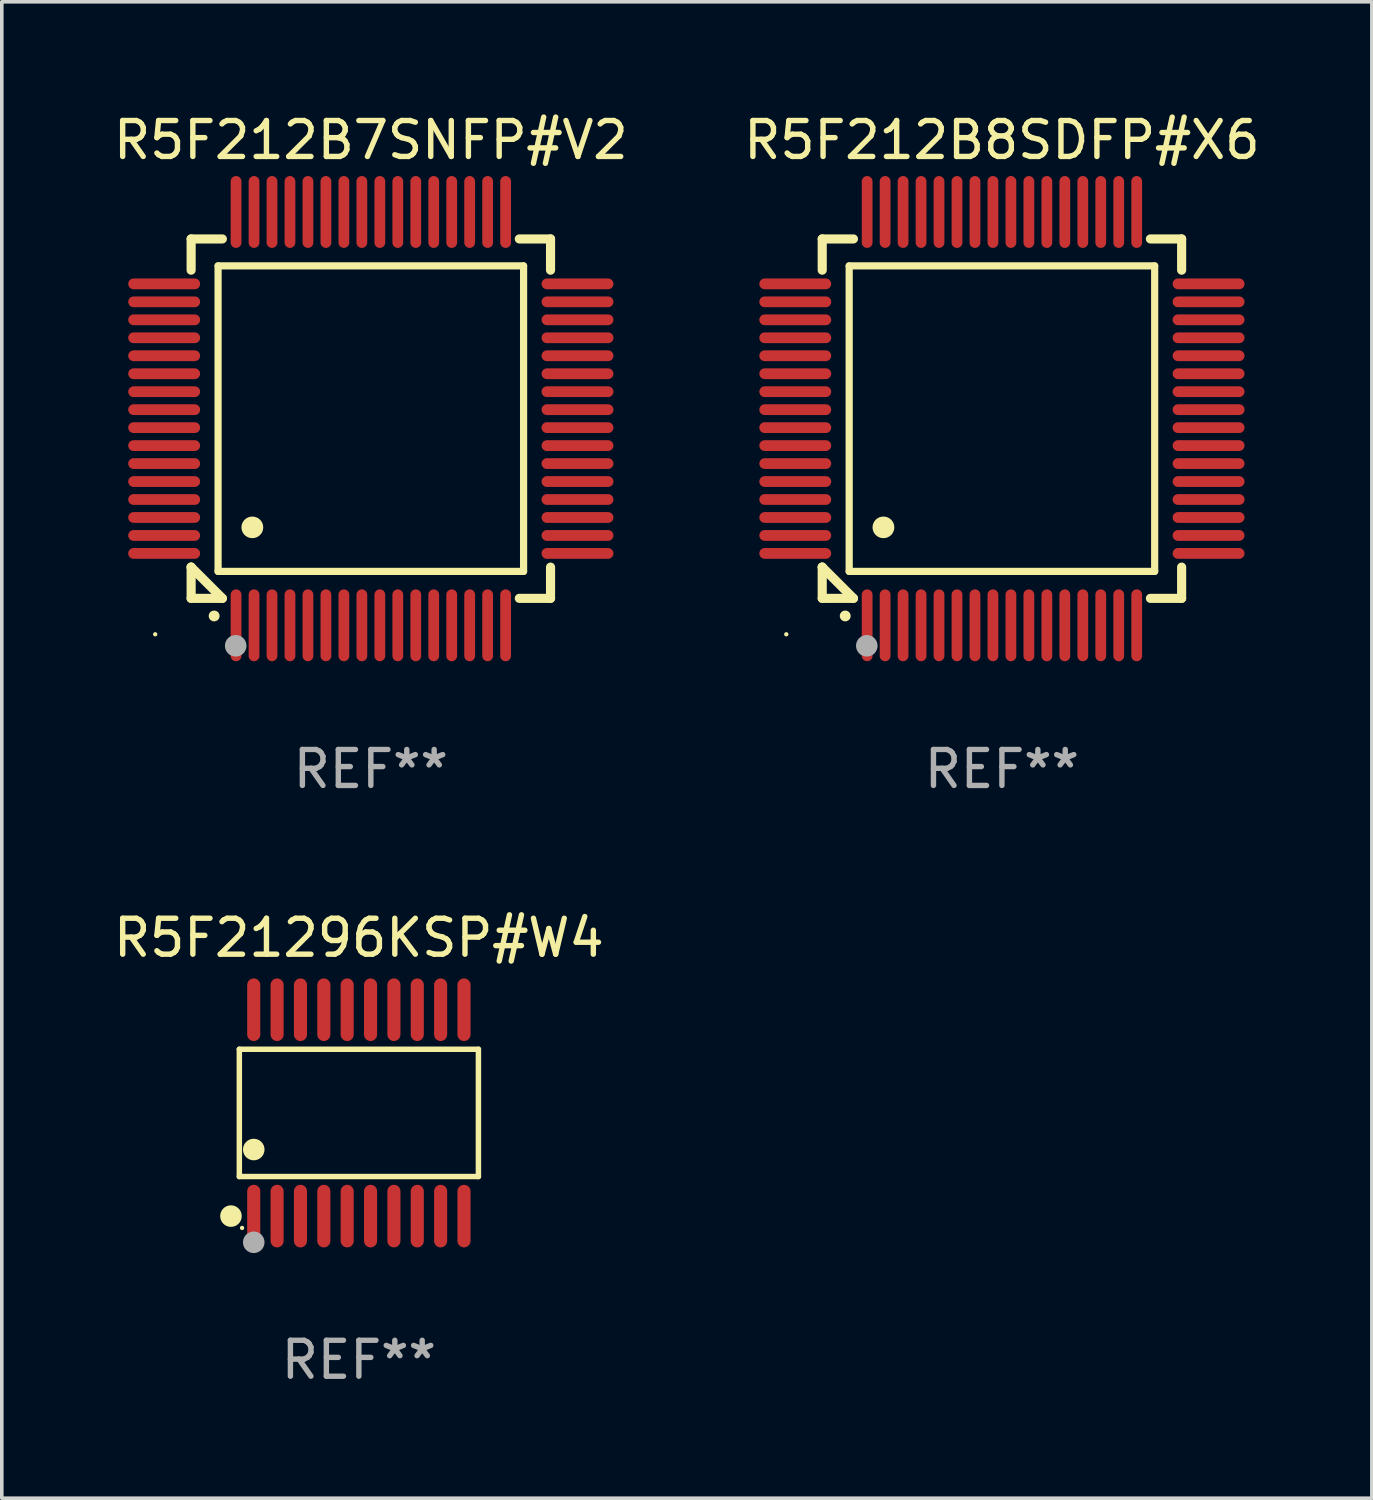
<source format=kicad_pcb>
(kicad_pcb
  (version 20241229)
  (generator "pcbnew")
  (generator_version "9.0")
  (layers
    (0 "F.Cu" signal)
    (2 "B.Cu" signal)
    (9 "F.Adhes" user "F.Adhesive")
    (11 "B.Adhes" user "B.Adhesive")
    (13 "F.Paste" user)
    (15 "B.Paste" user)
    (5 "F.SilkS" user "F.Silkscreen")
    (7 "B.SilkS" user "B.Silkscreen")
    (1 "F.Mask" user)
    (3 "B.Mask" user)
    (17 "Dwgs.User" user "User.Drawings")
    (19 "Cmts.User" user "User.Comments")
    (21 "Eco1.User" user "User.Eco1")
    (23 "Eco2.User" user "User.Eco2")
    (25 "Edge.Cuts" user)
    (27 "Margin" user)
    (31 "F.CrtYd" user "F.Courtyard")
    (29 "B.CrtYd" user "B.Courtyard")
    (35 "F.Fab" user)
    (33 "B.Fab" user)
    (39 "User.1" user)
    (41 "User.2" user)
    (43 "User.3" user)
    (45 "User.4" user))
  (footprint "R5F212B8SDFP#X6"
    (layer "F.Cu")
    (at 24.827 8.598)
    (property "Reference" "R5F212B8SDFP#X6" (at 0 -7.75 0) (layer "F.SilkS") (effects (font (size 1 1) (thickness 0.15))))
    (attr through_hole)
    (fp_line (start -5 -5) (end -4.131 -5) (stroke (width 0.254) (type solid)) (layer "F.SilkS"))
    (fp_line (start -5 -4.131) (end -5 -5) (stroke (width 0.254) (type solid)) (layer "F.SilkS"))
    (fp_line (start -5 4.131) (end -5 4.131) (stroke (width 0.254) (type solid)) (layer "F.SilkS"))
    (fp_line (start -5 5) (end -5 4.131) (stroke (width 0.254) (type solid)) (layer "F.SilkS"))
    (fp_line (start -5 4.131) (end -4.131 5) (stroke (width 0.254) (type solid)) (layer "F.SilkS"))
    (fp_line (start -4.25 -4.25) (end -4.25 4.25) (stroke (width 0.2) (type solid)) (layer "F.SilkS"))
    (fp_line (start -4.25 4.25) (end 4.25 4.25) (stroke (width 0.2) (type solid)) (layer "F.SilkS"))
    (fp_line (start -4.131 5) (end -5 5) (stroke (width 0.254) (type solid)) (layer "F.SilkS"))
    (fp_line (start 4.25 -4.25) (end -4.25 -4.25) (stroke (width 0.2) (type solid)) (layer "F.SilkS"))
    (fp_line (start 4.25 4.25) (end 4.25 -4.25) (stroke (width 0.2) (type solid)) (layer "F.SilkS"))
    (fp_line (start 5 -5) (end 4.131 -5) (stroke (width 0.254) (type solid)) (layer "F.SilkS"))
    (fp_line (start 5 -5) (end 5 -4.131) (stroke (width 0.254) (type solid)) (layer "F.SilkS"))
    (fp_line (start 5 4.131) (end 5 5) (stroke (width 0.254) (type solid)) (layer "F.SilkS"))
    (fp_line (start 5 5) (end 4.131 5) (stroke (width 0.254) (type solid)) (layer "F.SilkS"))
    (fp_arc (start -4.361265 5.489992) (mid -4.359995 5.489987) (end -4.358725 5.489992) (stroke (width 0.3) (type solid)) (layer "F.SilkS"))
    (fp_arc (start -3.299467 3.025146) (mid -3.296927 3.025135) (end -3.294387 3.025146) (stroke (width 0.6) (type solid)) (layer "F.SilkS"))
    (fp_circle (center -6 6) (end -5.97 6) (stroke (width 0.06) (type solid)) (fill no) (layer "F.SilkS"))
    (fp_circle (center -3.76 6.32) (end -3.61 6.32) (stroke (width 0.3) (type solid)) (fill no) (layer "F.Fab"))
    (fp_text user "REF**" (at 0 9.75 0) (layer "F.Fab") (effects (font (size 1 1) (thickness 0.15))))
    (pad "1" smd oval (at -3.75 5.75) (size 0.3 2) (layers "F.Cu" "F.Mask" "F.Paste"))
    (pad "2" smd oval (at -3.25 5.75) (size 0.3 2) (layers "F.Cu" "F.Mask" "F.Paste"))
    (pad "3" smd oval (at -2.75 5.75) (size 0.3 2) (layers "F.Cu" "F.Mask" "F.Paste"))
    (pad "4" smd oval (at -2.25 5.75) (size 0.3 2) (layers "F.Cu" "F.Mask" "F.Paste"))
    (pad "5" smd oval (at -1.75 5.75) (size 0.3 2) (layers "F.Cu" "F.Mask" "F.Paste"))
    (pad "6" smd oval (at -1.25 5.75) (size 0.3 2) (layers "F.Cu" "F.Mask" "F.Paste"))
    (pad "7" smd oval (at -0.75 5.75) (size 0.3 2) (layers "F.Cu" "F.Mask" "F.Paste"))
    (pad "8" smd oval (at -0.25 5.75) (size 0.3 2) (layers "F.Cu" "F.Mask" "F.Paste"))
    (pad "9" smd oval (at 0.25 5.75) (size 0.3 2) (layers "F.Cu" "F.Mask" "F.Paste"))
    (pad "10" smd oval (at 0.75 5.75) (size 0.3 2) (layers "F.Cu" "F.Mask" "F.Paste"))
    (pad "11" smd oval (at 1.25 5.75) (size 0.3 2) (layers "F.Cu" "F.Mask" "F.Paste"))
    (pad "12" smd oval (at 1.75 5.75) (size 0.3 2) (layers "F.Cu" "F.Mask" "F.Paste"))
    (pad "13" smd oval (at 2.25 5.75) (size 0.3 2) (layers "F.Cu" "F.Mask" "F.Paste"))
    (pad "14" smd oval (at 2.75 5.75) (size 0.3 2) (layers "F.Cu" "F.Mask" "F.Paste"))
    (pad "15" smd oval (at 3.25 5.75) (size 0.3 2) (layers "F.Cu" "F.Mask" "F.Paste"))
    (pad "16" smd oval (at 3.75 5.75) (size 0.3 2) (layers "F.Cu" "F.Mask" "F.Paste"))
    (pad "17" smd oval (at 5.75 3.75) (size 2 0.3) (layers "F.Cu" "F.Mask" "F.Paste"))
    (pad "18" smd oval (at 5.75 3.25) (size 2 0.3) (layers "F.Cu" "F.Mask" "F.Paste"))
    (pad "19" smd oval (at 5.75 2.75) (size 2 0.3) (layers "F.Cu" "F.Mask" "F.Paste"))
    (pad "20" smd oval (at 5.75 2.25) (size 2 0.3) (layers "F.Cu" "F.Mask" "F.Paste"))
    (pad "21" smd oval (at 5.75 1.75) (size 2 0.3) (layers "F.Cu" "F.Mask" "F.Paste"))
    (pad "22" smd oval (at 5.75 1.25) (size 2 0.3) (layers "F.Cu" "F.Mask" "F.Paste"))
    (pad "23" smd oval (at 5.75 0.75) (size 2 0.3) (layers "F.Cu" "F.Mask" "F.Paste"))
    (pad "24" smd oval (at 5.75 0.25) (size 2 0.3) (layers "F.Cu" "F.Mask" "F.Paste"))
    (pad "25" smd oval (at 5.75 -0.25) (size 2 0.3) (layers "F.Cu" "F.Mask" "F.Paste"))
    (pad "26" smd oval (at 5.75 -0.75) (size 2 0.3) (layers "F.Cu" "F.Mask" "F.Paste"))
    (pad "27" smd oval (at 5.75 -1.25) (size 2 0.3) (layers "F.Cu" "F.Mask" "F.Paste"))
    (pad "28" smd oval (at 5.75 -1.75) (size 2 0.3) (layers "F.Cu" "F.Mask" "F.Paste"))
    (pad "29" smd oval (at 5.75 -2.25) (size 2 0.3) (layers "F.Cu" "F.Mask" "F.Paste"))
    (pad "30" smd oval (at 5.75 -2.75) (size 2 0.3) (layers "F.Cu" "F.Mask" "F.Paste"))
    (pad "31" smd oval (at 5.75 -3.25) (size 2 0.3) (layers "F.Cu" "F.Mask" "F.Paste"))
    (pad "32" smd oval (at 5.75 -3.75) (size 2 0.3) (layers "F.Cu" "F.Mask" "F.Paste"))
    (pad "33" smd oval (at 3.75 -5.75) (size 0.3 2) (layers "F.Cu" "F.Mask" "F.Paste"))
    (pad "34" smd oval (at 3.25 -5.75) (size 0.3 2) (layers "F.Cu" "F.Mask" "F.Paste"))
    (pad "35" smd oval (at 2.75 -5.75) (size 0.3 2) (layers "F.Cu" "F.Mask" "F.Paste"))
    (pad "36" smd oval (at 2.25 -5.75) (size 0.3 2) (layers "F.Cu" "F.Mask" "F.Paste"))
    (pad "37" smd oval (at 1.75 -5.75) (size 0.3 2) (layers "F.Cu" "F.Mask" "F.Paste"))
    (pad "38" smd oval (at 1.25 -5.75) (size 0.3 2) (layers "F.Cu" "F.Mask" "F.Paste"))
    (pad "39" smd oval (at 0.75 -5.75) (size 0.3 2) (layers "F.Cu" "F.Mask" "F.Paste"))
    (pad "40" smd oval (at 0.25 -5.75) (size 0.3 2) (layers "F.Cu" "F.Mask" "F.Paste"))
    (pad "41" smd oval (at -0.25 -5.75) (size 0.3 2) (layers "F.Cu" "F.Mask" "F.Paste"))
    (pad "42" smd oval (at -0.75 -5.75) (size 0.3 2) (layers "F.Cu" "F.Mask" "F.Paste"))
    (pad "43" smd oval (at -1.25 -5.75) (size 0.3 2) (layers "F.Cu" "F.Mask" "F.Paste"))
    (pad "44" smd oval (at -1.75 -5.75) (size 0.3 2) (layers "F.Cu" "F.Mask" "F.Paste"))
    (pad "45" smd oval (at -2.25 -5.75) (size 0.3 2) (layers "F.Cu" "F.Mask" "F.Paste"))
    (pad "46" smd oval (at -2.75 -5.75) (size 0.3 2) (layers "F.Cu" "F.Mask" "F.Paste"))
    (pad "47" smd oval (at -3.25 -5.75) (size 0.3 2) (layers "F.Cu" "F.Mask" "F.Paste"))
    (pad "48" smd oval (at -3.75 -5.75) (size 0.3 2) (layers "F.Cu" "F.Mask" "F.Paste"))
    (pad "49" smd oval (at -5.75 -3.75) (size 2 0.3) (layers "F.Cu" "F.Mask" "F.Paste"))
    (pad "50" smd oval (at -5.75 -3.25) (size 2 0.3) (layers "F.Cu" "F.Mask" "F.Paste"))
    (pad "51" smd oval (at -5.75 -2.75) (size 2 0.3) (layers "F.Cu" "F.Mask" "F.Paste"))
    (pad "52" smd oval (at -5.75 -2.25) (size 2 0.3) (layers "F.Cu" "F.Mask" "F.Paste"))
    (pad "53" smd oval (at -5.75 -1.75) (size 2 0.3) (layers "F.Cu" "F.Mask" "F.Paste"))
    (pad "54" smd oval (at -5.75 -1.25) (size 2 0.3) (layers "F.Cu" "F.Mask" "F.Paste"))
    (pad "55" smd oval (at -5.75 -0.75) (size 2 0.3) (layers "F.Cu" "F.Mask" "F.Paste"))
    (pad "56" smd oval (at -5.75 -0.25) (size 2 0.3) (layers "F.Cu" "F.Mask" "F.Paste"))
    (pad "57" smd oval (at -5.75 0.25) (size 2 0.3) (layers "F.Cu" "F.Mask" "F.Paste"))
    (pad "58" smd oval (at -5.75 0.75) (size 2 0.3) (layers "F.Cu" "F.Mask" "F.Paste"))
    (pad "59" smd oval (at -5.75 1.25) (size 2 0.3) (layers "F.Cu" "F.Mask" "F.Paste"))
    (pad "60" smd oval (at -5.75 1.75) (size 2 0.3) (layers "F.Cu" "F.Mask" "F.Paste"))
    (pad "61" smd oval (at -5.75 2.25) (size 2 0.3) (layers "F.Cu" "F.Mask" "F.Paste"))
    (pad "62" smd oval (at -5.75 2.75) (size 2 0.3) (layers "F.Cu" "F.Mask" "F.Paste"))
    (pad "63" smd oval (at -5.75 3.25) (size 2 0.3) (layers "F.Cu" "F.Mask" "F.Paste"))
    (pad "64" smd oval (at -5.75 3.75) (size 2 0.3) (layers "F.Cu" "F.Mask" "F.Paste")))
  (footprint "R5F212B7SNFP#V2"
    (layer "F.Cu")
    (at 7.268 8.598)
    (property "Reference" "R5F212B7SNFP#V2" (at 0 -7.75 0) (layer "F.SilkS") (effects (font (size 1 1) (thickness 0.15))))
    (attr through_hole)
    (fp_line (start -5 -5) (end -4.131 -5) (stroke (width 0.254) (type solid)) (layer "F.SilkS"))
    (fp_line (start -5 -4.131) (end -5 -5) (stroke (width 0.254) (type solid)) (layer "F.SilkS"))
    (fp_line (start -5 4.131) (end -5 4.131) (stroke (width 0.254) (type solid)) (layer "F.SilkS"))
    (fp_line (start -5 5) (end -5 4.131) (stroke (width 0.254) (type solid)) (layer "F.SilkS"))
    (fp_line (start -5 4.131) (end -4.131 5) (stroke (width 0.254) (type solid)) (layer "F.SilkS"))
    (fp_line (start -4.25 -4.25) (end -4.25 4.25) (stroke (width 0.2) (type solid)) (layer "F.SilkS"))
    (fp_line (start -4.25 4.25) (end 4.25 4.25) (stroke (width 0.2) (type solid)) (layer "F.SilkS"))
    (fp_line (start -4.131 5) (end -5 5) (stroke (width 0.254) (type solid)) (layer "F.SilkS"))
    (fp_line (start 4.25 -4.25) (end -4.25 -4.25) (stroke (width 0.2) (type solid)) (layer "F.SilkS"))
    (fp_line (start 4.25 4.25) (end 4.25 -4.25) (stroke (width 0.2) (type solid)) (layer "F.SilkS"))
    (fp_line (start 5 -5) (end 4.131 -5) (stroke (width 0.254) (type solid)) (layer "F.SilkS"))
    (fp_line (start 5 -5) (end 5 -4.131) (stroke (width 0.254) (type solid)) (layer "F.SilkS"))
    (fp_line (start 5 4.131) (end 5 5) (stroke (width 0.254) (type solid)) (layer "F.SilkS"))
    (fp_line (start 5 5) (end 4.131 5) (stroke (width 0.254) (type solid)) (layer "F.SilkS"))
    (fp_arc (start -4.361265 5.489992) (mid -4.359995 5.489987) (end -4.358725 5.489992) (stroke (width 0.3) (type solid)) (layer "F.SilkS"))
    (fp_arc (start -3.299467 3.025146) (mid -3.296927 3.025135) (end -3.294387 3.025146) (stroke (width 0.6) (type solid)) (layer "F.SilkS"))
    (fp_circle (center -6 6) (end -5.97 6) (stroke (width 0.06) (type solid)) (fill no) (layer "F.SilkS"))
    (fp_circle (center -3.76 6.32) (end -3.61 6.32) (stroke (width 0.3) (type solid)) (fill no) (layer "F.Fab"))
    (fp_text user "REF**" (at 0 9.75 0) (layer "F.Fab") (effects (font (size 1 1) (thickness 0.15))))
    (pad "1" smd oval (at -3.75 5.75) (size 0.3 2) (layers "F.Cu" "F.Mask" "F.Paste"))
    (pad "2" smd oval (at -3.25 5.75) (size 0.3 2) (layers "F.Cu" "F.Mask" "F.Paste"))
    (pad "3" smd oval (at -2.75 5.75) (size 0.3 2) (layers "F.Cu" "F.Mask" "F.Paste"))
    (pad "4" smd oval (at -2.25 5.75) (size 0.3 2) (layers "F.Cu" "F.Mask" "F.Paste"))
    (pad "5" smd oval (at -1.75 5.75) (size 0.3 2) (layers "F.Cu" "F.Mask" "F.Paste"))
    (pad "6" smd oval (at -1.25 5.75) (size 0.3 2) (layers "F.Cu" "F.Mask" "F.Paste"))
    (pad "7" smd oval (at -0.75 5.75) (size 0.3 2) (layers "F.Cu" "F.Mask" "F.Paste"))
    (pad "8" smd oval (at -0.25 5.75) (size 0.3 2) (layers "F.Cu" "F.Mask" "F.Paste"))
    (pad "9" smd oval (at 0.25 5.75) (size 0.3 2) (layers "F.Cu" "F.Mask" "F.Paste"))
    (pad "10" smd oval (at 0.75 5.75) (size 0.3 2) (layers "F.Cu" "F.Mask" "F.Paste"))
    (pad "11" smd oval (at 1.25 5.75) (size 0.3 2) (layers "F.Cu" "F.Mask" "F.Paste"))
    (pad "12" smd oval (at 1.75 5.75) (size 0.3 2) (layers "F.Cu" "F.Mask" "F.Paste"))
    (pad "13" smd oval (at 2.25 5.75) (size 0.3 2) (layers "F.Cu" "F.Mask" "F.Paste"))
    (pad "14" smd oval (at 2.75 5.75) (size 0.3 2) (layers "F.Cu" "F.Mask" "F.Paste"))
    (pad "15" smd oval (at 3.25 5.75) (size 0.3 2) (layers "F.Cu" "F.Mask" "F.Paste"))
    (pad "16" smd oval (at 3.75 5.75) (size 0.3 2) (layers "F.Cu" "F.Mask" "F.Paste"))
    (pad "17" smd oval (at 5.75 3.75) (size 2 0.3) (layers "F.Cu" "F.Mask" "F.Paste"))
    (pad "18" smd oval (at 5.75 3.25) (size 2 0.3) (layers "F.Cu" "F.Mask" "F.Paste"))
    (pad "19" smd oval (at 5.75 2.75) (size 2 0.3) (layers "F.Cu" "F.Mask" "F.Paste"))
    (pad "20" smd oval (at 5.75 2.25) (size 2 0.3) (layers "F.Cu" "F.Mask" "F.Paste"))
    (pad "21" smd oval (at 5.75 1.75) (size 2 0.3) (layers "F.Cu" "F.Mask" "F.Paste"))
    (pad "22" smd oval (at 5.75 1.25) (size 2 0.3) (layers "F.Cu" "F.Mask" "F.Paste"))
    (pad "23" smd oval (at 5.75 0.75) (size 2 0.3) (layers "F.Cu" "F.Mask" "F.Paste"))
    (pad "24" smd oval (at 5.75 0.25) (size 2 0.3) (layers "F.Cu" "F.Mask" "F.Paste"))
    (pad "25" smd oval (at 5.75 -0.25) (size 2 0.3) (layers "F.Cu" "F.Mask" "F.Paste"))
    (pad "26" smd oval (at 5.75 -0.75) (size 2 0.3) (layers "F.Cu" "F.Mask" "F.Paste"))
    (pad "27" smd oval (at 5.75 -1.25) (size 2 0.3) (layers "F.Cu" "F.Mask" "F.Paste"))
    (pad "28" smd oval (at 5.75 -1.75) (size 2 0.3) (layers "F.Cu" "F.Mask" "F.Paste"))
    (pad "29" smd oval (at 5.75 -2.25) (size 2 0.3) (layers "F.Cu" "F.Mask" "F.Paste"))
    (pad "30" smd oval (at 5.75 -2.75) (size 2 0.3) (layers "F.Cu" "F.Mask" "F.Paste"))
    (pad "31" smd oval (at 5.75 -3.25) (size 2 0.3) (layers "F.Cu" "F.Mask" "F.Paste"))
    (pad "32" smd oval (at 5.75 -3.75) (size 2 0.3) (layers "F.Cu" "F.Mask" "F.Paste"))
    (pad "33" smd oval (at 3.75 -5.75) (size 0.3 2) (layers "F.Cu" "F.Mask" "F.Paste"))
    (pad "34" smd oval (at 3.25 -5.75) (size 0.3 2) (layers "F.Cu" "F.Mask" "F.Paste"))
    (pad "35" smd oval (at 2.75 -5.75) (size 0.3 2) (layers "F.Cu" "F.Mask" "F.Paste"))
    (pad "36" smd oval (at 2.25 -5.75) (size 0.3 2) (layers "F.Cu" "F.Mask" "F.Paste"))
    (pad "37" smd oval (at 1.75 -5.75) (size 0.3 2) (layers "F.Cu" "F.Mask" "F.Paste"))
    (pad "38" smd oval (at 1.25 -5.75) (size 0.3 2) (layers "F.Cu" "F.Mask" "F.Paste"))
    (pad "39" smd oval (at 0.75 -5.75) (size 0.3 2) (layers "F.Cu" "F.Mask" "F.Paste"))
    (pad "40" smd oval (at 0.25 -5.75) (size 0.3 2) (layers "F.Cu" "F.Mask" "F.Paste"))
    (pad "41" smd oval (at -0.25 -5.75) (size 0.3 2) (layers "F.Cu" "F.Mask" "F.Paste"))
    (pad "42" smd oval (at -0.75 -5.75) (size 0.3 2) (layers "F.Cu" "F.Mask" "F.Paste"))
    (pad "43" smd oval (at -1.25 -5.75) (size 0.3 2) (layers "F.Cu" "F.Mask" "F.Paste"))
    (pad "44" smd oval (at -1.75 -5.75) (size 0.3 2) (layers "F.Cu" "F.Mask" "F.Paste"))
    (pad "45" smd oval (at -2.25 -5.75) (size 0.3 2) (layers "F.Cu" "F.Mask" "F.Paste"))
    (pad "46" smd oval (at -2.75 -5.75) (size 0.3 2) (layers "F.Cu" "F.Mask" "F.Paste"))
    (pad "47" smd oval (at -3.25 -5.75) (size 0.3 2) (layers "F.Cu" "F.Mask" "F.Paste"))
    (pad "48" smd oval (at -3.75 -5.75) (size 0.3 2) (layers "F.Cu" "F.Mask" "F.Paste"))
    (pad "49" smd oval (at -5.75 -3.75) (size 2 0.3) (layers "F.Cu" "F.Mask" "F.Paste"))
    (pad "50" smd oval (at -5.75 -3.25) (size 2 0.3) (layers "F.Cu" "F.Mask" "F.Paste"))
    (pad "51" smd oval (at -5.75 -2.75) (size 2 0.3) (layers "F.Cu" "F.Mask" "F.Paste"))
    (pad "52" smd oval (at -5.75 -2.25) (size 2 0.3) (layers "F.Cu" "F.Mask" "F.Paste"))
    (pad "53" smd oval (at -5.75 -1.75) (size 2 0.3) (layers "F.Cu" "F.Mask" "F.Paste"))
    (pad "54" smd oval (at -5.75 -1.25) (size 2 0.3) (layers "F.Cu" "F.Mask" "F.Paste"))
    (pad "55" smd oval (at -5.75 -0.75) (size 2 0.3) (layers "F.Cu" "F.Mask" "F.Paste"))
    (pad "56" smd oval (at -5.75 -0.25) (size 2 0.3) (layers "F.Cu" "F.Mask" "F.Paste"))
    (pad "57" smd oval (at -5.75 0.25) (size 2 0.3) (layers "F.Cu" "F.Mask" "F.Paste"))
    (pad "58" smd oval (at -5.75 0.75) (size 2 0.3) (layers "F.Cu" "F.Mask" "F.Paste"))
    (pad "59" smd oval (at -5.75 1.25) (size 2 0.3) (layers "F.Cu" "F.Mask" "F.Paste"))
    (pad "60" smd oval (at -5.75 1.75) (size 2 0.3) (layers "F.Cu" "F.Mask" "F.Paste"))
    (pad "61" smd oval (at -5.75 2.25) (size 2 0.3) (layers "F.Cu" "F.Mask" "F.Paste"))
    (pad "62" smd oval (at -5.75 2.75) (size 2 0.3) (layers "F.Cu" "F.Mask" "F.Paste"))
    (pad "63" smd oval (at -5.75 3.25) (size 2 0.3) (layers "F.Cu" "F.Mask" "F.Paste"))
    (pad "64" smd oval (at -5.75 3.75) (size 2 0.3) (layers "F.Cu" "F.Mask" "F.Paste")))
  (footprint "R5F21296KSP#W4"
    (layer "F.Cu")
    (at 6.935 27.915)
    (property "Reference" "R5F21296KSP#W4" (at 0 -4.871 0) (layer "F.SilkS") (effects (font (size 1 1) (thickness 0.15))))
    (attr through_hole)
    (fp_line (start -3.326 -1.771) (end 3.326 -1.771) (stroke (width 0.152) (type solid)) (layer "F.SilkS"))
    (fp_line (start -3.326 1.771) (end -3.326 -1.771) (stroke (width 0.152) (type solid)) (layer "F.SilkS"))
    (fp_line (start 3.326 -1.771) (end 3.326 1.771) (stroke (width 0.152) (type solid)) (layer "F.SilkS"))
    (fp_line (start 3.326 1.771) (end -3.326 1.771) (stroke (width 0.152) (type solid)) (layer "F.SilkS"))
    (fp_circle (center -3.559 2.871) (end -3.409 2.871) (stroke (width 0.3) (type solid)) (fill no) (layer "F.SilkS"))
    (fp_circle (center -3.25 3.2) (end -3.22 3.2) (stroke (width 0.06) (type solid)) (fill no) (layer "F.SilkS"))
    (fp_circle (center -2.925 1.019) (end -2.775 1.019) (stroke (width 0.3) (type solid)) (fill no) (layer "F.SilkS"))
    (fp_circle (center -2.925 3.6) (end -2.775 3.6) (stroke (width 0.3) (type solid)) (fill no) (layer "F.Fab"))
    (fp_text user "REF**" (at 0 6.871 0) (layer "F.Fab") (effects (font (size 1 1) (thickness 0.15))))
    (pad "1" smd oval (at -2.925 2.871) (size 0.364 1.742) (layers "F.Cu" "F.Mask" "F.Paste"))
    (pad "2" smd oval (at -2.275 2.871) (size 0.364 1.742) (layers "F.Cu" "F.Mask" "F.Paste"))
    (pad "3" smd oval (at -1.625 2.871) (size 0.364 1.742) (layers "F.Cu" "F.Mask" "F.Paste"))
    (pad "4" smd oval (at -0.975 2.871) (size 0.364 1.742) (layers "F.Cu" "F.Mask" "F.Paste"))
    (pad "5" smd oval (at -0.325 2.871) (size 0.364 1.742) (layers "F.Cu" "F.Mask" "F.Paste"))
    (pad "6" smd oval (at 0.325 2.871) (size 0.364 1.742) (layers "F.Cu" "F.Mask" "F.Paste"))
    (pad "7" smd oval (at 0.975 2.871) (size 0.364 1.742) (layers "F.Cu" "F.Mask" "F.Paste"))
    (pad "8" smd oval (at 1.625 2.871) (size 0.364 1.742) (layers "F.Cu" "F.Mask" "F.Paste"))
    (pad "9" smd oval (at 2.275 2.871) (size 0.364 1.742) (layers "F.Cu" "F.Mask" "F.Paste"))
    (pad "10" smd oval (at 2.925 2.871) (size 0.364 1.742) (layers "F.Cu" "F.Mask" "F.Paste"))
    (pad "11" smd oval (at 2.925 -2.871) (size 0.364 1.742) (layers "F.Cu" "F.Mask" "F.Paste"))
    (pad "12" smd oval (at 2.275 -2.871) (size 0.364 1.742) (layers "F.Cu" "F.Mask" "F.Paste"))
    (pad "13" smd oval (at 1.625 -2.871) (size 0.364 1.742) (layers "F.Cu" "F.Mask" "F.Paste"))
    (pad "14" smd oval (at 0.975 -2.871) (size 0.364 1.742) (layers "F.Cu" "F.Mask" "F.Paste"))
    (pad "15" smd oval (at 0.325 -2.871) (size 0.364 1.742) (layers "F.Cu" "F.Mask" "F.Paste"))
    (pad "16" smd oval (at -0.325 -2.871) (size 0.364 1.742) (layers "F.Cu" "F.Mask" "F.Paste"))
    (pad "17" smd oval (at -0.975 -2.871) (size 0.364 1.742) (layers "F.Cu" "F.Mask" "F.Paste"))
    (pad "18" smd oval (at -1.625 -2.871) (size 0.364 1.742) (layers "F.Cu" "F.Mask" "F.Paste"))
    (pad "19" smd oval (at -2.275 -2.871) (size 0.364 1.742) (layers "F.Cu" "F.Mask" "F.Paste"))
    (pad "20" smd oval (at -2.925 -2.871) (size 0.364 1.742) (layers "F.Cu" "F.Mask" "F.Paste")))
  (gr_rect
    (start -3 -3)
    (end 35.119 38.635)
    (stroke (width 0.1) (type default))
    (fill no)
    (layer "Edge.Cuts")))
</source>
